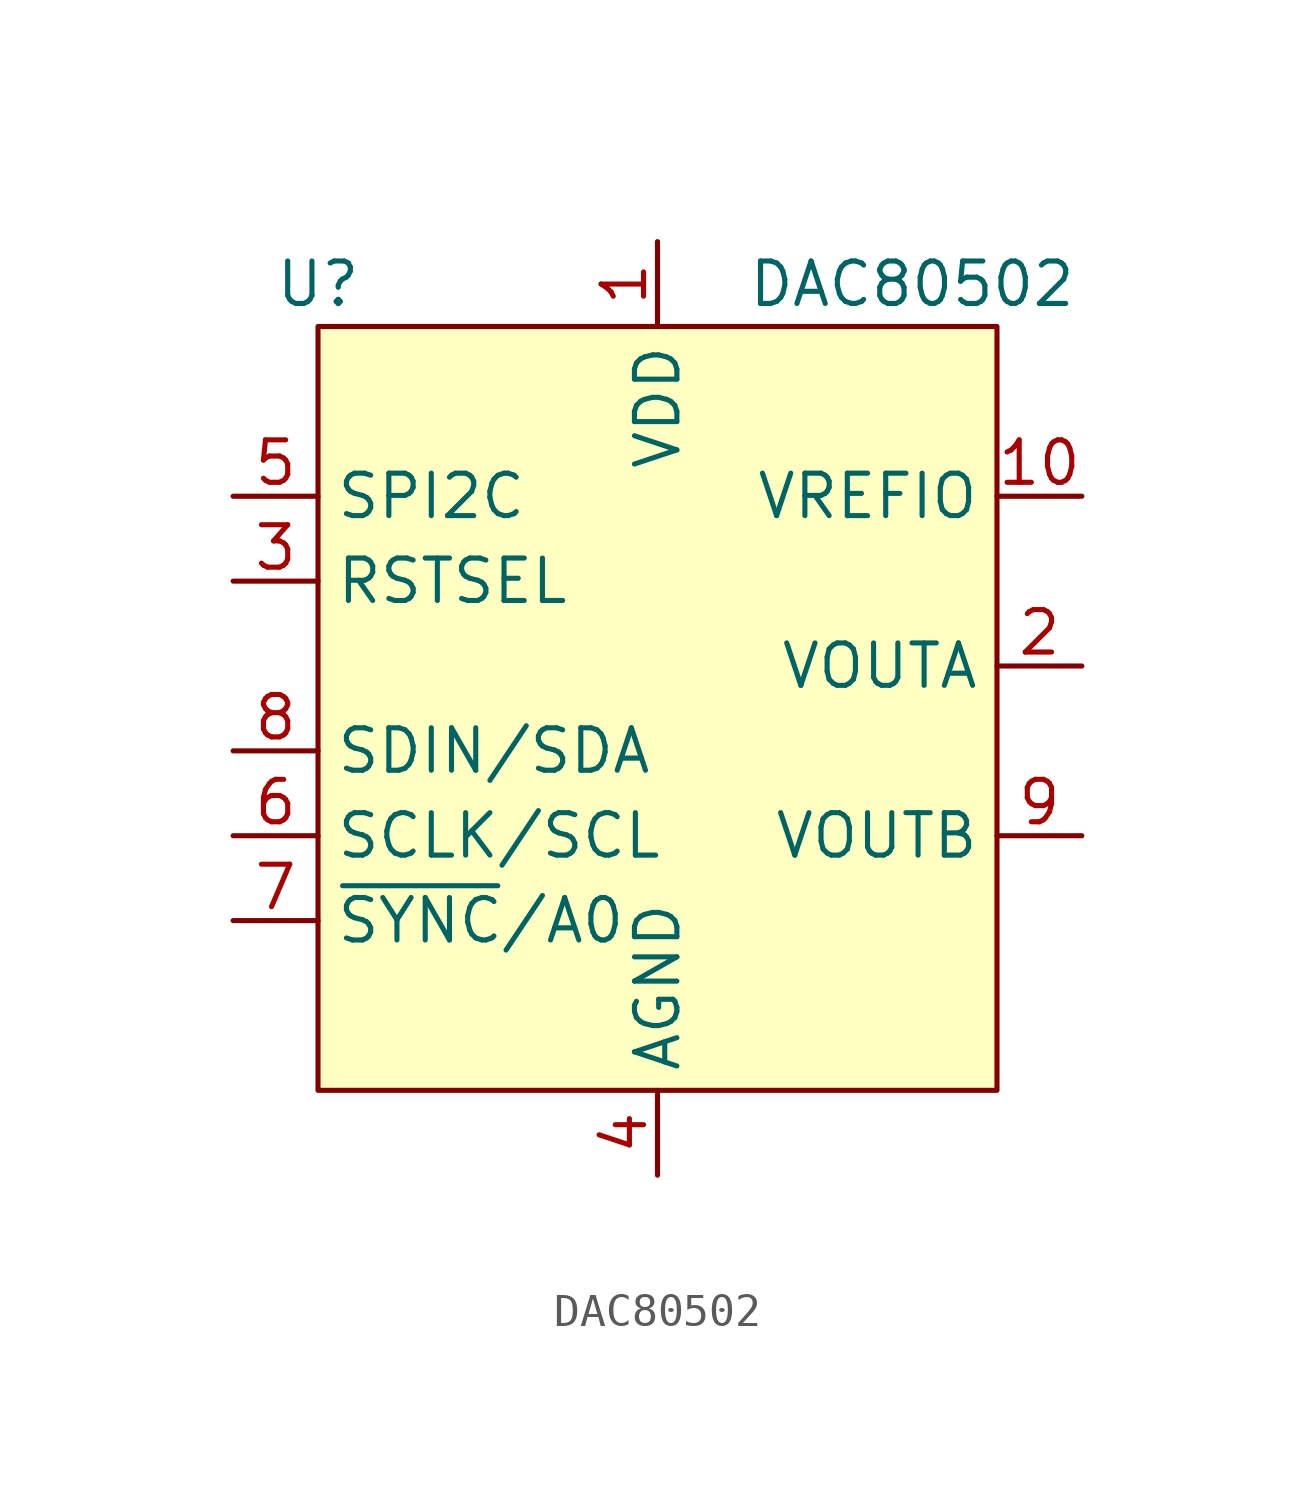
<source format=kicad_sym>
(kicad_symbol_lib
  (version 20220914)
  (generator kicad_symbol_editor)
  (symbol "DAC80502"
    (property "Reference" "U"
      (at -10.16 11.43 0)
      (effects (font (size 1.27 1.27))))
    (property "Value" "DAC80502"
      (at 7.62 11.43 0)
      (effects (font (size 1.27 1.27))))
    (symbol "DAC80502_0_0"
      (pin power_in line (at 0 12.7 270) (length 2.54) (name "VDD" (effects (font (size 1.27 1.27)))) (number "1" (effects (font (size 1.27 1.27)))))
      (pin bidirectional line (at 12.7 5.08 180) (length 2.54) (name "VREFIO" (effects (font (size 1.27 1.27)))) (number "10" (effects (font (size 1.27 1.27)))))
      (pin output line (at 12.7 0 180) (length 2.54) (name "VOUTA" (effects (font (size 1.27 1.27)))) (number "2" (effects (font (size 1.27 1.27)))))
      (pin input line (at -12.7 2.54 0) (length 2.54) (name "RSTSEL" (effects (font (size 1.27 1.27)))) (number "3" (effects (font (size 1.27 1.27)))))
      (pin power_in line (at 0 -15.24 90) (length 2.54) (name "AGND" (effects (font (size 1.27 1.27)))) (number "4" (effects (font (size 1.27 1.27)))))
      (pin input line (at -12.7 5.08 0) (length 2.54) (name "SPI2C" (effects (font (size 1.27 1.27)))) (number "5" (effects (font (size 1.27 1.27)))))
      (pin bidirectional line (at -12.7 -5.08 0) (length 2.54) (name "SCLK/SCL" (effects (font (size 1.27 1.27)))) (number "6" (effects (font (size 1.27 1.27)))))
      (pin input line (at -12.7 -7.62 0) (length 2.54) (name "~{SYNC}/A0" (effects (font (size 1.27 1.27)))) (number "7" (effects (font (size 1.27 1.27)))))
      (pin bidirectional line (at -12.7 -2.54 0) (length 2.54) (name "SDIN/SDA" (effects (font (size 1.27 1.27)))) (number "8" (effects (font (size 1.27 1.27)))))
      (pin output line (at 12.7 -5.08 180) (length 2.54) (name "VOUTB" (effects (font (size 1.27 1.27)))) (number "9" (effects (font (size 1.27 1.27))))))
    (symbol "DAC80502_0_1"
      (rectangle (start -10.16 10.16) (end 10.16 -12.7) (stroke (width 0.152) (type default)) (fill (type background))))))
</source>
